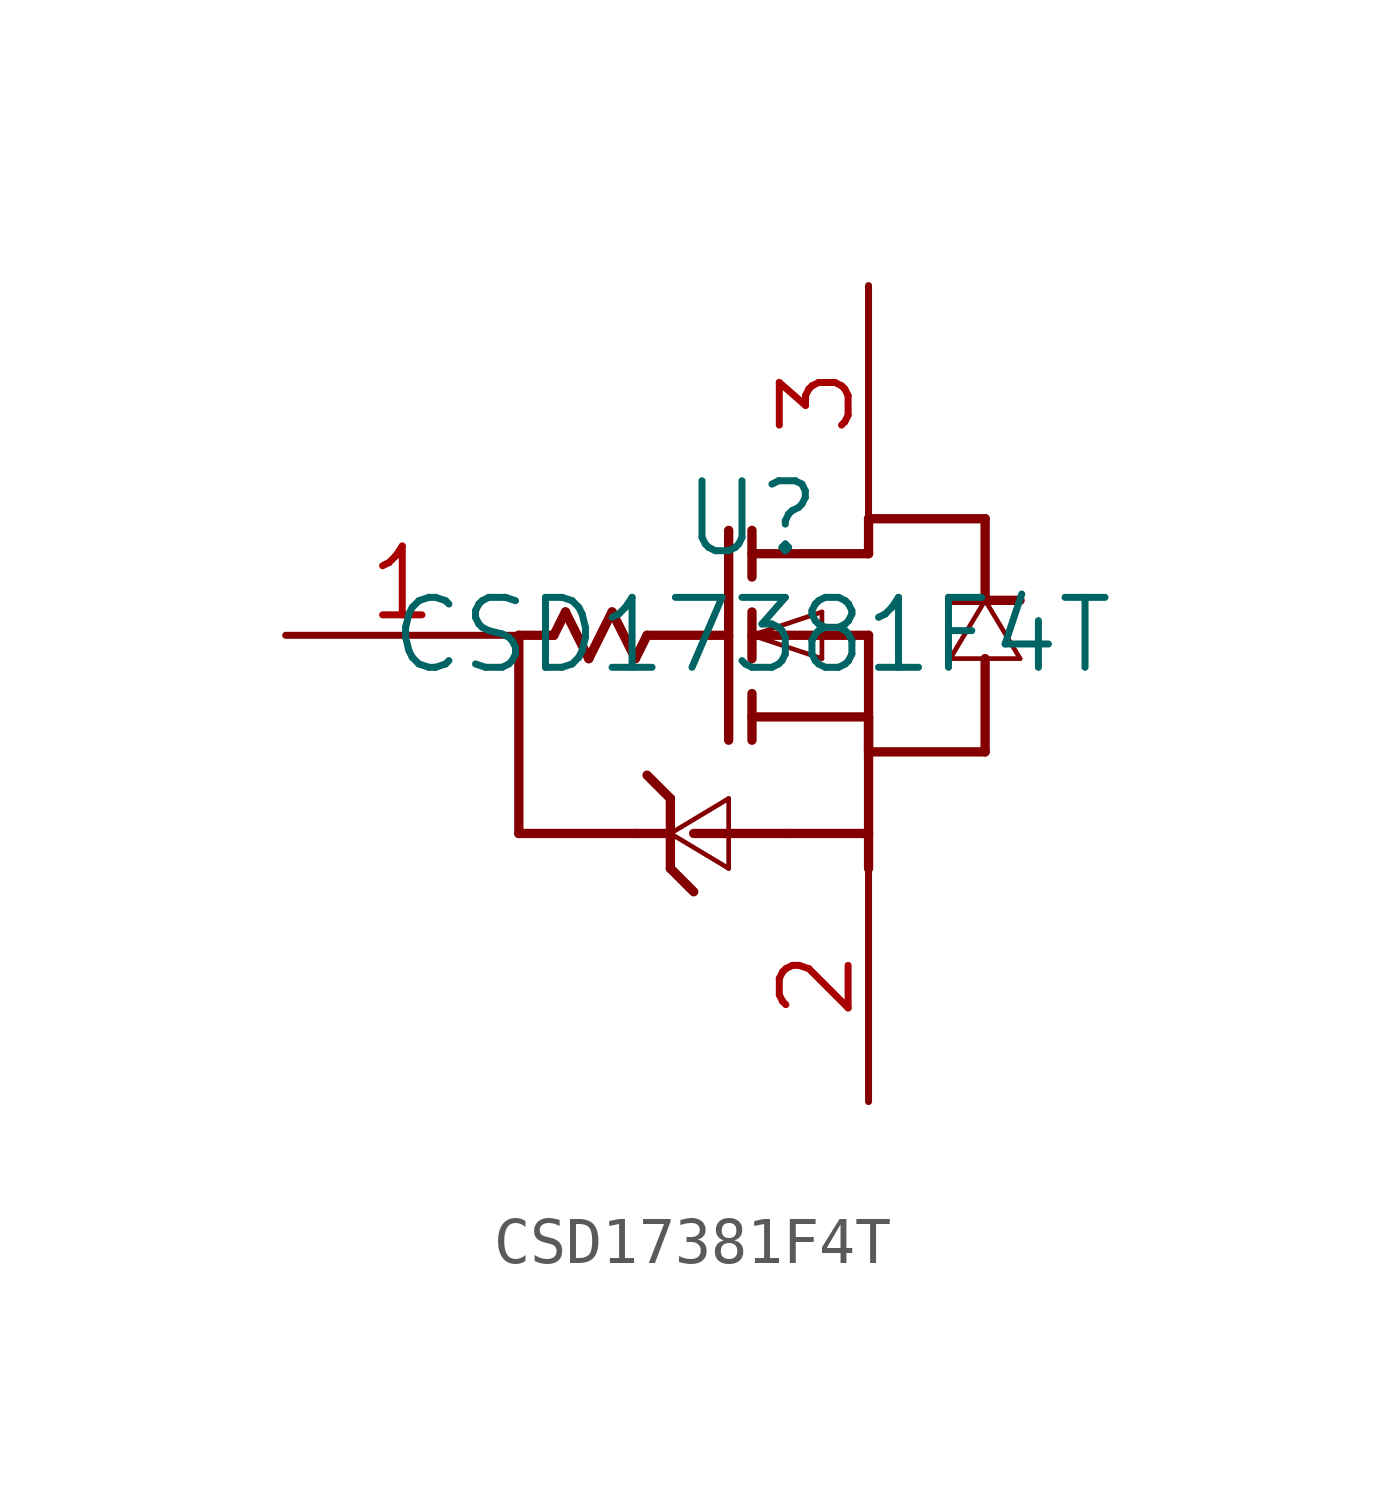
<source format=kicad_sym>
(kicad_symbol_lib
  (version 20211014)
  (generator kicad_symbol_editor)
  (symbol "CSD17381F4T"
    (pin_names
      (offset 0.254) hide)
    (property "Reference" "U"
      (at 0 2.54 0)
      (effects (font (size 1.524 1.524))))
    (property "Value" "CSD17381F4T"
      (at 0 0 0)
      (effects (font (size 1.524 1.524))))
    (property "Datasheet" ""
      (at 0 0 0)
      (effects (font (size 1.524 1.524))))
    (property "ki_locked" ""
      (at 0 0 0)
      (effects (font (size 1.27 1.27))))
    (symbol "CSD17381F4T_1_1"
      (polyline (pts (xy -5.08 -4.318) (xy -5.08 0)) (stroke (width 0.203) (type default) (color 0 0 0 0)) (fill (type none)))
      (polyline (pts (xy -5.08 -4.318) (xy -2.54 -4.318)) (stroke (width 0.203) (type default) (color 0 0 0 0)) (fill (type none)))
      (polyline (pts (xy -5.08 0) (xy -4.318 0)) (stroke (width 0.203) (type default) (color 0 0 0 0)) (fill (type none)))
      (polyline (pts (xy -4.318 0) (xy -4.064 0.508)) (stroke (width 0.203) (type default) (color 0 0 0 0)) (fill (type none)))
      (polyline (pts (xy -4.064 0.508) (xy -3.556 -0.508)) (stroke (width 0.203) (type default) (color 0 0 0 0)) (fill (type none)))
      (polyline (pts (xy -3.556 -0.508) (xy -3.048 0.508)) (stroke (width 0.203) (type default) (color 0 0 0 0)) (fill (type none)))
      (polyline (pts (xy -3.048 0.508) (xy -2.54 -0.508)) (stroke (width 0.203) (type default) (color 0 0 0 0)) (fill (type none)))
      (polyline (pts (xy -2.54 -4.318) (xy -1.778 -4.318)) (stroke (width 0.203) (type default) (color 0 0 0 0)) (fill (type none)))
      (polyline (pts (xy -2.54 -0.508) (xy -2.286 0)) (stroke (width 0.203) (type default) (color 0 0 0 0)) (fill (type none)))
      (polyline (pts (xy -2.286 0) (xy -0.508 0)) (stroke (width 0.203) (type default) (color 0 0 0 0)) (fill (type none)))
      (polyline (pts (xy -1.778 -5.08) (xy -1.27 -5.588)) (stroke (width 0.203) (type default) (color 0 0 0 0)) (fill (type none)))
      (polyline (pts (xy -1.778 -4.318) (xy -0.508 -5.08)) (stroke (width 0.102) (type default) (color 0 0 0 0)) (fill (type none)))
      (polyline (pts (xy -1.778 -3.556) (xy -2.286 -3.048)) (stroke (width 0.203) (type default) (color 0 0 0 0)) (fill (type none)))
      (polyline (pts (xy -1.778 -3.556) (xy -1.778 -5.08)) (stroke (width 0.203) (type default) (color 0 0 0 0)) (fill (type none)))
      (polyline (pts (xy -0.508 -5.08) (xy -0.508 -3.556)) (stroke (width 0.102) (type default) (color 0 0 0 0)) (fill (type none)))
      (polyline (pts (xy -0.508 -3.556) (xy -1.778 -4.318)) (stroke (width 0.102) (type default) (color 0 0 0 0)) (fill (type none)))
      (polyline (pts (xy -0.508 2.286) (xy -0.508 -2.286)) (stroke (width 0.203) (type default) (color 0 0 0 0)) (fill (type none)))
      (polyline (pts (xy 0 -2.286) (xy 0 -1.27)) (stroke (width 0.203) (type default) (color 0 0 0 0)) (fill (type none)))
      (polyline (pts (xy 0 -0.508) (xy 0 0.508)) (stroke (width 0.203) (type default) (color 0 0 0 0)) (fill (type none)))
      (polyline (pts (xy 0 0) (xy 1.524 -0.508)) (stroke (width 0.102) (type default) (color 0 0 0 0)) (fill (type none)))
      (polyline (pts (xy 0 2.286) (xy 0 1.27)) (stroke (width 0.203) (type default) (color 0 0 0 0)) (fill (type none)))
      (polyline (pts (xy 0.762 -4.318) (xy -1.27 -4.318)) (stroke (width 0.203) (type default) (color 0 0 0 0)) (fill (type none)))
      (polyline (pts (xy 0.762 -4.318) (xy 2.54 -4.318)) (stroke (width 0.203) (type default) (color 0 0 0 0)) (fill (type none)))
      (polyline (pts (xy 1.524 -0.508) (xy 1.524 0.508)) (stroke (width 0.102) (type default) (color 0 0 0 0)) (fill (type none)))
      (polyline (pts (xy 1.524 0.508) (xy 0 0)) (stroke (width 0.102) (type default) (color 0 0 0 0)) (fill (type none)))
      (polyline (pts (xy 2.54 -5.08) (xy 2.54 -2.54)) (stroke (width 0.203) (type default) (color 0 0 0 0)) (fill (type none)))
      (polyline (pts (xy 2.54 -2.54) (xy 2.54 0)) (stroke (width 0.203) (type default) (color 0 0 0 0)) (fill (type none)))
      (polyline (pts (xy 2.54 -2.54) (xy 5.08 -2.54)) (stroke (width 0.203) (type default) (color 0 0 0 0)) (fill (type none)))
      (polyline (pts (xy 2.54 -1.778) (xy 0 -1.778)) (stroke (width 0.203) (type default) (color 0 0 0 0)) (fill (type none)))
      (polyline (pts (xy 2.54 -1.778) (xy 2.54 -2.54)) (stroke (width 0.203) (type default) (color 0 0 0 0)) (fill (type none)))
      (polyline (pts (xy 2.54 0) (xy 0 0)) (stroke (width 0.203) (type default) (color 0 0 0 0)) (fill (type none)))
      (polyline (pts (xy 2.54 1.778) (xy 0 1.778)) (stroke (width 0.203) (type default) (color 0 0 0 0)) (fill (type none)))
      (polyline (pts (xy 2.54 1.778) (xy 2.54 2.54)) (stroke (width 0.203) (type default) (color 0 0 0 0)) (fill (type none)))
      (polyline (pts (xy 2.54 2.54) (xy 5.08 2.54)) (stroke (width 0.203) (type default) (color 0 0 0 0)) (fill (type none)))
      (polyline (pts (xy 4.318 -0.508) (xy 5.842 -0.508)) (stroke (width 0.102) (type default) (color 0 0 0 0)) (fill (type none)))
      (polyline (pts (xy 5.08 -2.54) (xy 5.08 -0.508)) (stroke (width 0.203) (type default) (color 0 0 0 0)) (fill (type none)))
      (polyline (pts (xy 5.08 0.762) (xy 4.318 -0.508)) (stroke (width 0.102) (type default) (color 0 0 0 0)) (fill (type none)))
      (polyline (pts (xy 5.08 2.54) (xy 5.08 0.762)) (stroke (width 0.203) (type default) (color 0 0 0 0)) (fill (type none)))
      (polyline (pts (xy 5.842 -0.508) (xy 5.08 0.762)) (stroke (width 0.102) (type default) (color 0 0 0 0)) (fill (type none)))
      (polyline (pts (xy 5.842 0.762) (xy 4.318 0.762)) (stroke (width 0.203) (type default) (color 0 0 0 0)) (fill (type none)))
      (pin unspecified line (at -10.16 0 0) (length 5.08) (name "G" (effects (font (size 1.499 1.499)))) (number "1" (effects (font (size 1.499 1.499)))))
      (pin unspecified line (at 2.54 -10.16 90) (length 5.08) (name "S" (effects (font (size 1.499 1.499)))) (number "2" (effects (font (size 1.499 1.499)))))
      (pin unspecified line (at 2.54 7.62 270) (length 5.08) (name "D" (effects (font (size 1.499 1.499)))) (number "3" (effects (font (size 1.499 1.499))))))))
</source>
